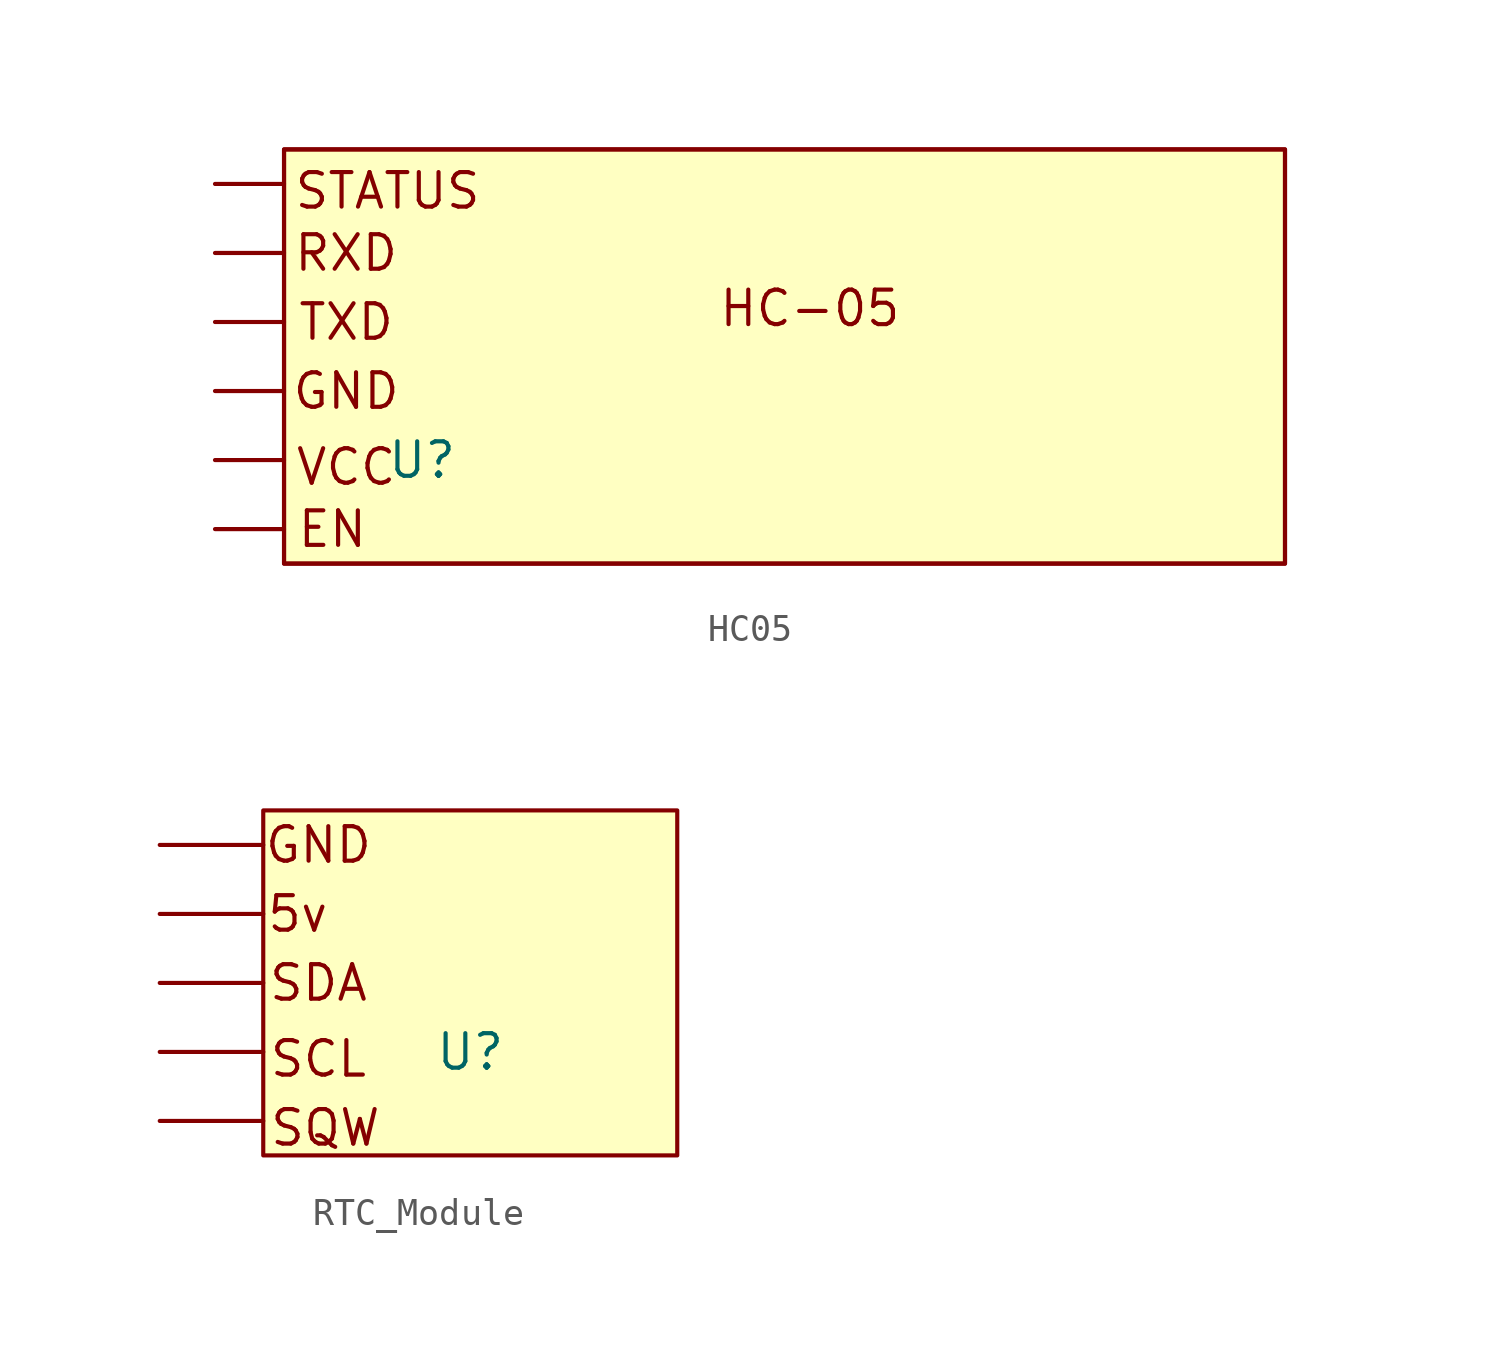
<source format=kicad_sym>
(kicad_symbol_lib
  (version 20231120)
  (generator "kicad_symbol_editor")
  (generator_version "8.0")
  (symbol "HC05"
    (property "Reference" "U"
      (at 0 0 0)
      (effects (font (size 1.27 1.27))))
    (property "Value" ""
      (at 0 0 0)
      (effects (font (size 1.27 1.27))))
    (symbol "HC05_1_1"
      (rectangle (start -5.08 11.43) (end 31.75 -3.81) (stroke (width 0) (type default)) (fill (type background)))
      (polyline (pts (xy -5.08 -2.54) (xy -7.62 -2.54)) (stroke (width 0) (type default)) (fill (type none)))
      (polyline (pts (xy -5.08 0) (xy -7.62 0)) (stroke (width 0) (type default)) (fill (type none)))
      (polyline (pts (xy -5.08 2.54) (xy -7.62 2.54)) (stroke (width 0) (type default)) (fill (type none)))
      (polyline (pts (xy -5.08 5.08) (xy -7.62 5.08)) (stroke (width 0) (type default)) (fill (type none)))
      (polyline (pts (xy -5.08 7.62) (xy -7.62 7.62)) (stroke (width 0) (type default)) (fill (type none)))
      (polyline (pts (xy -5.08 10.16) (xy -7.62 10.16)) (stroke (width 0) (type default)) (fill (type none)))
      (text "EN" (at -3.302 -2.54 0) (effects (font (size 1.27 1.27))))
      (text "GND" (at -2.794 2.54 0) (effects (font (size 1.27 1.27))))
      (text "RXD" (at -2.794 7.62 0) (effects (font (size 1.27 1.27))))
      (text "STATUS" (at -1.27 9.906 0) (effects (font (size 1.27 1.27))))
      (text "TXD" (at -2.794 5.08 0) (effects (font (size 1.27 1.27))))
      (text "VCC" (at -2.794 -0.254 0) (effects (font (size 1.27 1.27))))
      (text_box "							\n							\n			HC-05" (at -5.08 11.43 0) (size 36.83 -15.24) (stroke (width 0) (type default)) (fill (type none)) (effects (font (size 1.27 1.27)) (justify left top)))))
  (symbol "RTC_Module"
    (property "Reference" "U"
      (at 0 0 0)
      (effects (font (size 1.27 1.27))))
    (property "Value" ""
      (at 0 0 0)
      (effects (font (size 1.27 1.27))))
    (symbol "RTC_Module_1_1"
      (rectangle (start -7.62 8.89) (end 7.62 -3.81) (stroke (width 0) (type default)) (fill (type background)))
      (polyline (pts (xy -7.62 -2.54) (xy -11.43 -2.54)) (stroke (width 0) (type default)) (fill (type none)))
      (polyline (pts (xy -7.62 0) (xy -11.43 0)) (stroke (width 0) (type default)) (fill (type none)))
      (polyline (pts (xy -7.62 2.54) (xy -11.43 2.54)) (stroke (width 0) (type default)) (fill (type none)))
      (polyline (pts (xy -7.62 5.08) (xy -11.43 5.08)) (stroke (width 0) (type default)) (fill (type none)))
      (polyline (pts (xy -7.62 7.62) (xy -11.43 7.62)) (stroke (width 0) (type default)) (fill (type none)))
      (text "5v" (at -6.35 5.08 0) (effects (font (size 1.27 1.27))))
      (text "GND" (at -5.588 7.62 0) (effects (font (size 1.27 1.27))))
      (text "SCL" (at -5.588 -0.254 0) (effects (font (size 1.27 1.27))))
      (text "SDA" (at -5.588 2.54 0) (effects (font (size 1.27 1.27))))
      (text "SQW" (at -5.334 -2.794 0) (effects (font (size 1.27 1.27)))))))
</source>
